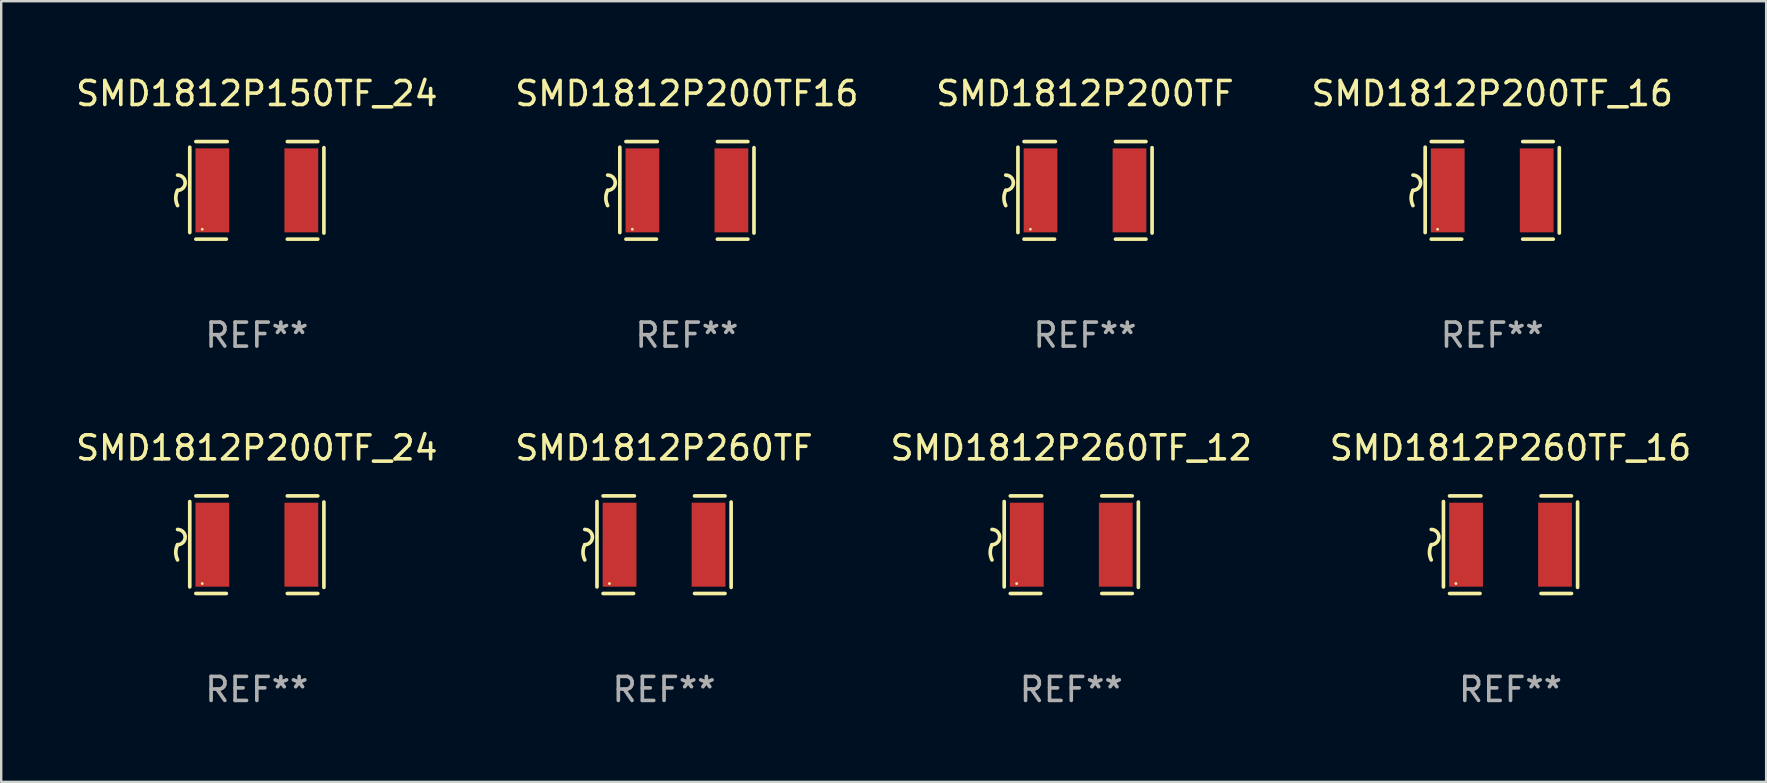
<source format=kicad_pcb>
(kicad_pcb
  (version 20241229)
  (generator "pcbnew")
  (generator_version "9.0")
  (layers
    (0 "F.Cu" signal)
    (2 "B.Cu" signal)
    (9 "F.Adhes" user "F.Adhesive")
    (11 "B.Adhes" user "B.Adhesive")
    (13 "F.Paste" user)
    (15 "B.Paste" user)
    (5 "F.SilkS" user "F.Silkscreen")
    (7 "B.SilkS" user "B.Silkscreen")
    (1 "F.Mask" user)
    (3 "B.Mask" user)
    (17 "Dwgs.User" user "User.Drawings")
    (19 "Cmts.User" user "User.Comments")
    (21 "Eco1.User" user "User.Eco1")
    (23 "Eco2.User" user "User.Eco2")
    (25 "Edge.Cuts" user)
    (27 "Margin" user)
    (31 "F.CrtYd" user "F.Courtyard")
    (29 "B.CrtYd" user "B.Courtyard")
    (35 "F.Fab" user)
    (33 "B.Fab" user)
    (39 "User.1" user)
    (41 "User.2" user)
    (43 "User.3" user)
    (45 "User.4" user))
  (footprint "SMD1812P200TF16"
    (layer "F.Cu")
    (at 25.565 4.88)
    (property "Reference" "SMD1812P200TF16" (at 0 -4.032 0) (layer "F.SilkS") (effects (font (size 1 1) (thickness 0.15))))
    (attr through_hole)
    (fp_line (start -2.794 -1.798) (end -2.794 1.758) (stroke (width 0.152) (type solid)) (layer "F.SilkS"))
    (fp_line (start -2.54 -2.032) (end -1.235 -2.032) (stroke (width 0.152) (type solid)) (layer "F.SilkS"))
    (fp_line (start -1.27 2.032) (end -2.54 2.032) (stroke (width 0.152) (type solid)) (layer "F.SilkS"))
    (fp_line (start 1.27 2.032) (end 2.54 2.032) (stroke (width 0.152) (type solid)) (layer "F.SilkS"))
    (fp_line (start 2.54 -2.032) (end 1.27 -2.032) (stroke (width 0.152) (type solid)) (layer "F.SilkS"))
    (fp_line (start 2.794 -1.778) (end 2.794 1.778) (stroke (width 0.152) (type solid)) (layer "F.SilkS"))
    (fp_arc (start -3.302007 -0.635002) (mid -2.984506 -0.317501) (end -3.302007 0) (stroke (width 0.151994) (type solid)) (layer "F.SilkS"))
    (fp_arc (start -3.302007 0.635002) (mid -3.376959 0.317501) (end -3.302007 0) (stroke (width 0.151994) (type solid)) (layer "F.SilkS"))
    (fp_circle (center -2.275 1.62) (end -2.245 1.62) (stroke (width 0.06) (type solid)) (fill no) (layer "F.SilkS"))
    (fp_text user "REF**" (at 0 6.032 0) (layer "F.Fab") (effects (font (size 1 1) (thickness 0.15))))
    (pad "1" smd rect (at -1.853 0) (size 1.407 3.499) (layers "F.Cu" "F.Mask" "F.Paste"))
    (pad "2" smd rect (at 1.853 0) (size 1.407 3.499) (layers "F.Cu" "F.Mask" "F.Paste")))
  (footprint "SMD1812P260TF_16"
    (layer "F.Cu")
    (at 59.875 19.641)
    (property "Reference" "SMD1812P260TF_16" (at 0 -4.032 0) (layer "F.SilkS") (effects (font (size 1 1) (thickness 0.15))))
    (attr through_hole)
    (fp_line (start -2.794 -1.798) (end -2.794 1.758) (stroke (width 0.152) (type solid)) (layer "F.SilkS"))
    (fp_line (start -2.54 -2.032) (end -1.235 -2.032) (stroke (width 0.152) (type solid)) (layer "F.SilkS"))
    (fp_line (start -1.27 2.032) (end -2.54 2.032) (stroke (width 0.152) (type solid)) (layer "F.SilkS"))
    (fp_line (start 1.27 2.032) (end 2.54 2.032) (stroke (width 0.152) (type solid)) (layer "F.SilkS"))
    (fp_line (start 2.54 -2.032) (end 1.27 -2.032) (stroke (width 0.152) (type solid)) (layer "F.SilkS"))
    (fp_line (start 2.794 -1.778) (end 2.794 1.778) (stroke (width 0.152) (type solid)) (layer "F.SilkS"))
    (fp_arc (start -3.302007 -0.635002) (mid -2.984506 -0.317501) (end -3.302007 0) (stroke (width 0.151994) (type solid)) (layer "F.SilkS"))
    (fp_arc (start -3.302007 0.635002) (mid -3.376959 0.317501) (end -3.302007 0) (stroke (width 0.151994) (type solid)) (layer "F.SilkS"))
    (fp_circle (center -2.275 1.62) (end -2.245 1.62) (stroke (width 0.06) (type solid)) (fill no) (layer "F.SilkS"))
    (fp_text user "REF**" (at 0 6.032 0) (layer "F.Fab") (effects (font (size 1 1) (thickness 0.15))))
    (pad "1" smd rect (at -1.853 0) (size 1.407 3.499) (layers "F.Cu" "F.Mask" "F.Paste"))
    (pad "2" smd rect (at 1.853 0) (size 1.407 3.499) (layers "F.Cu" "F.Mask" "F.Paste")))
  (footprint "SMD1812P200TF_16"
    (layer "F.Cu")
    (at 59.113 4.88)
    (property "Reference" "SMD1812P200TF_16" (at 0 -4.032 0) (layer "F.SilkS") (effects (font (size 1 1) (thickness 0.15))))
    (attr through_hole)
    (fp_line (start -2.794 -1.798) (end -2.794 1.758) (stroke (width 0.152) (type solid)) (layer "F.SilkS"))
    (fp_line (start -2.54 -2.032) (end -1.235 -2.032) (stroke (width 0.152) (type solid)) (layer "F.SilkS"))
    (fp_line (start -1.27 2.032) (end -2.54 2.032) (stroke (width 0.152) (type solid)) (layer "F.SilkS"))
    (fp_line (start 1.27 2.032) (end 2.54 2.032) (stroke (width 0.152) (type solid)) (layer "F.SilkS"))
    (fp_line (start 2.54 -2.032) (end 1.27 -2.032) (stroke (width 0.152) (type solid)) (layer "F.SilkS"))
    (fp_line (start 2.794 -1.778) (end 2.794 1.778) (stroke (width 0.152) (type solid)) (layer "F.SilkS"))
    (fp_arc (start -3.302007 -0.635002) (mid -2.984506 -0.317501) (end -3.302007 0) (stroke (width 0.151994) (type solid)) (layer "F.SilkS"))
    (fp_arc (start -3.302007 0.635002) (mid -3.376959 0.317501) (end -3.302007 0) (stroke (width 0.151994) (type solid)) (layer "F.SilkS"))
    (fp_circle (center -2.275 1.62) (end -2.245 1.62) (stroke (width 0.06) (type solid)) (fill no) (layer "F.SilkS"))
    (fp_text user "REF**" (at 0 6.032 0) (layer "F.Fab") (effects (font (size 1 1) (thickness 0.15))))
    (pad "1" smd rect (at -1.853 0) (size 1.407 3.499) (layers "F.Cu" "F.Mask" "F.Paste"))
    (pad "2" smd rect (at 1.853 0) (size 1.407 3.499) (layers "F.Cu" "F.Mask" "F.Paste")))
  (footprint "SMD1812P200TF_24"
    (layer "F.Cu")
    (at 7.649 19.641)
    (property "Reference" "SMD1812P200TF_24" (at 0 -4.032 0) (layer "F.SilkS") (effects (font (size 1 1) (thickness 0.15))))
    (attr through_hole)
    (fp_line (start -2.794 -1.798) (end -2.794 1.758) (stroke (width 0.152) (type solid)) (layer "F.SilkS"))
    (fp_line (start -2.54 -2.032) (end -1.235 -2.032) (stroke (width 0.152) (type solid)) (layer "F.SilkS"))
    (fp_line (start -1.27 2.032) (end -2.54 2.032) (stroke (width 0.152) (type solid)) (layer "F.SilkS"))
    (fp_line (start 1.27 2.032) (end 2.54 2.032) (stroke (width 0.152) (type solid)) (layer "F.SilkS"))
    (fp_line (start 2.54 -2.032) (end 1.27 -2.032) (stroke (width 0.152) (type solid)) (layer "F.SilkS"))
    (fp_line (start 2.794 -1.778) (end 2.794 1.778) (stroke (width 0.152) (type solid)) (layer "F.SilkS"))
    (fp_arc (start -3.302007 -0.635002) (mid -2.984506 -0.317501) (end -3.302007 0) (stroke (width 0.151994) (type solid)) (layer "F.SilkS"))
    (fp_arc (start -3.302007 0.635002) (mid -3.376959 0.317501) (end -3.302007 0) (stroke (width 0.151994) (type solid)) (layer "F.SilkS"))
    (fp_circle (center -2.275 1.62) (end -2.245 1.62) (stroke (width 0.06) (type solid)) (fill no) (layer "F.SilkS"))
    (fp_text user "REF**" (at 0 6.032 0) (layer "F.Fab") (effects (font (size 1 1) (thickness 0.15))))
    (pad "1" smd rect (at -1.853 0) (size 1.407 3.499) (layers "F.Cu" "F.Mask" "F.Paste"))
    (pad "2" smd rect (at 1.853 0) (size 1.407 3.499) (layers "F.Cu" "F.Mask" "F.Paste")))
  (footprint "SMD1812P260TF"
    (layer "F.Cu")
    (at 24.613 19.641)
    (property "Reference" "SMD1812P260TF" (at 0 -4.032 0) (layer "F.SilkS") (effects (font (size 1 1) (thickness 0.15))))
    (attr through_hole)
    (fp_line (start -2.794 -1.798) (end -2.794 1.758) (stroke (width 0.152) (type solid)) (layer "F.SilkS"))
    (fp_line (start -2.54 -2.032) (end -1.235 -2.032) (stroke (width 0.152) (type solid)) (layer "F.SilkS"))
    (fp_line (start -1.27 2.032) (end -2.54 2.032) (stroke (width 0.152) (type solid)) (layer "F.SilkS"))
    (fp_line (start 1.27 2.032) (end 2.54 2.032) (stroke (width 0.152) (type solid)) (layer "F.SilkS"))
    (fp_line (start 2.54 -2.032) (end 1.27 -2.032) (stroke (width 0.152) (type solid)) (layer "F.SilkS"))
    (fp_line (start 2.794 -1.778) (end 2.794 1.778) (stroke (width 0.152) (type solid)) (layer "F.SilkS"))
    (fp_arc (start -3.302007 -0.635002) (mid -2.984506 -0.317501) (end -3.302007 0) (stroke (width 0.151994) (type solid)) (layer "F.SilkS"))
    (fp_arc (start -3.302007 0.635002) (mid -3.376959 0.317501) (end -3.302007 0) (stroke (width 0.151994) (type solid)) (layer "F.SilkS"))
    (fp_circle (center -2.275 1.62) (end -2.245 1.62) (stroke (width 0.06) (type solid)) (fill no) (layer "F.SilkS"))
    (fp_text user "REF**" (at 0 6.032 0) (layer "F.Fab") (effects (font (size 1 1) (thickness 0.15))))
    (pad "1" smd rect (at -1.853 0) (size 1.407 3.499) (layers "F.Cu" "F.Mask" "F.Paste"))
    (pad "2" smd rect (at 1.853 0) (size 1.407 3.499) (layers "F.Cu" "F.Mask" "F.Paste")))
  (footprint "SMD1812P150TF_24"
    (layer "F.Cu")
    (at 7.649 4.88)
    (property "Reference" "SMD1812P150TF_24" (at 0 -4.032 0) (layer "F.SilkS") (effects (font (size 1 1) (thickness 0.15))))
    (attr through_hole)
    (fp_line (start -2.794 -1.798) (end -2.794 1.758) (stroke (width 0.152) (type solid)) (layer "F.SilkS"))
    (fp_line (start -2.54 -2.032) (end -1.235 -2.032) (stroke (width 0.152) (type solid)) (layer "F.SilkS"))
    (fp_line (start -1.27 2.032) (end -2.54 2.032) (stroke (width 0.152) (type solid)) (layer "F.SilkS"))
    (fp_line (start 1.27 2.032) (end 2.54 2.032) (stroke (width 0.152) (type solid)) (layer "F.SilkS"))
    (fp_line (start 2.54 -2.032) (end 1.27 -2.032) (stroke (width 0.152) (type solid)) (layer "F.SilkS"))
    (fp_line (start 2.794 -1.778) (end 2.794 1.778) (stroke (width 0.152) (type solid)) (layer "F.SilkS"))
    (fp_arc (start -3.302007 -0.635002) (mid -2.984506 -0.317501) (end -3.302007 0) (stroke (width 0.151994) (type solid)) (layer "F.SilkS"))
    (fp_arc (start -3.302007 0.635002) (mid -3.376959 0.317501) (end -3.302007 0) (stroke (width 0.151994) (type solid)) (layer "F.SilkS"))
    (fp_circle (center -2.275 1.62) (end -2.245 1.62) (stroke (width 0.06) (type solid)) (fill no) (layer "F.SilkS"))
    (fp_text user "REF**" (at 0 6.032 0) (layer "F.Fab") (effects (font (size 1 1) (thickness 0.15))))
    (pad "1" smd rect (at -1.853 0) (size 1.407 3.499) (layers "F.Cu" "F.Mask" "F.Paste"))
    (pad "2" smd rect (at 1.853 0) (size 1.407 3.499) (layers "F.Cu" "F.Mask" "F.Paste")))
  (footprint "SMD1812P260TF_12"
    (layer "F.Cu")
    (at 41.577 19.641)
    (property "Reference" "SMD1812P260TF_12" (at 0 -4.032 0) (layer "F.SilkS") (effects (font (size 1 1) (thickness 0.15))))
    (attr through_hole)
    (fp_line (start -2.794 -1.798) (end -2.794 1.758) (stroke (width 0.152) (type solid)) (layer "F.SilkS"))
    (fp_line (start -2.54 -2.032) (end -1.235 -2.032) (stroke (width 0.152) (type solid)) (layer "F.SilkS"))
    (fp_line (start -1.27 2.032) (end -2.54 2.032) (stroke (width 0.152) (type solid)) (layer "F.SilkS"))
    (fp_line (start 1.27 2.032) (end 2.54 2.032) (stroke (width 0.152) (type solid)) (layer "F.SilkS"))
    (fp_line (start 2.54 -2.032) (end 1.27 -2.032) (stroke (width 0.152) (type solid)) (layer "F.SilkS"))
    (fp_line (start 2.794 -1.778) (end 2.794 1.778) (stroke (width 0.152) (type solid)) (layer "F.SilkS"))
    (fp_arc (start -3.302007 -0.635002) (mid -2.984506 -0.317501) (end -3.302007 0) (stroke (width 0.151994) (type solid)) (layer "F.SilkS"))
    (fp_arc (start -3.302007 0.635002) (mid -3.376959 0.317501) (end -3.302007 0) (stroke (width 0.151994) (type solid)) (layer "F.SilkS"))
    (fp_circle (center -2.275 1.62) (end -2.245 1.62) (stroke (width 0.06) (type solid)) (fill no) (layer "F.SilkS"))
    (fp_text user "REF**" (at 0 6.032 0) (layer "F.Fab") (effects (font (size 1 1) (thickness 0.15))))
    (pad "1" smd rect (at -1.853 0) (size 1.407 3.499) (layers "F.Cu" "F.Mask" "F.Paste"))
    (pad "2" smd rect (at 1.853 0) (size 1.407 3.499) (layers "F.Cu" "F.Mask" "F.Paste")))
  (footprint "SMD1812P200TF"
    (layer "F.Cu")
    (at 42.149 4.88)
    (property "Reference" "SMD1812P200TF" (at 0 -4.032 0) (layer "F.SilkS") (effects (font (size 1 1) (thickness 0.15))))
    (attr through_hole)
    (fp_line (start -2.794 -1.798) (end -2.794 1.758) (stroke (width 0.152) (type solid)) (layer "F.SilkS"))
    (fp_line (start -2.54 -2.032) (end -1.235 -2.032) (stroke (width 0.152) (type solid)) (layer "F.SilkS"))
    (fp_line (start -1.27 2.032) (end -2.54 2.032) (stroke (width 0.152) (type solid)) (layer "F.SilkS"))
    (fp_line (start 1.27 2.032) (end 2.54 2.032) (stroke (width 0.152) (type solid)) (layer "F.SilkS"))
    (fp_line (start 2.54 -2.032) (end 1.27 -2.032) (stroke (width 0.152) (type solid)) (layer "F.SilkS"))
    (fp_line (start 2.794 -1.778) (end 2.794 1.778) (stroke (width 0.152) (type solid)) (layer "F.SilkS"))
    (fp_arc (start -3.302007 -0.635002) (mid -2.984506 -0.317501) (end -3.302007 0) (stroke (width 0.151994) (type solid)) (layer "F.SilkS"))
    (fp_arc (start -3.302007 0.635002) (mid -3.376959 0.317501) (end -3.302007 0) (stroke (width 0.151994) (type solid)) (layer "F.SilkS"))
    (fp_circle (center -2.275 1.62) (end -2.245 1.62) (stroke (width 0.06) (type solid)) (fill no) (layer "F.SilkS"))
    (fp_text user "REF**" (at 0 6.032 0) (layer "F.Fab") (effects (font (size 1 1) (thickness 0.15))))
    (pad "1" smd rect (at -1.853 0) (size 1.407 3.499) (layers "F.Cu" "F.Mask" "F.Paste"))
    (pad "2" smd rect (at 1.853 0) (size 1.407 3.499) (layers "F.Cu" "F.Mask" "F.Paste")))
  (gr_rect
    (start -3 -3)
    (end 70.524 29.521)
    (stroke (width 0.1) (type default))
    (fill no)
    (layer "Edge.Cuts")))
</source>
